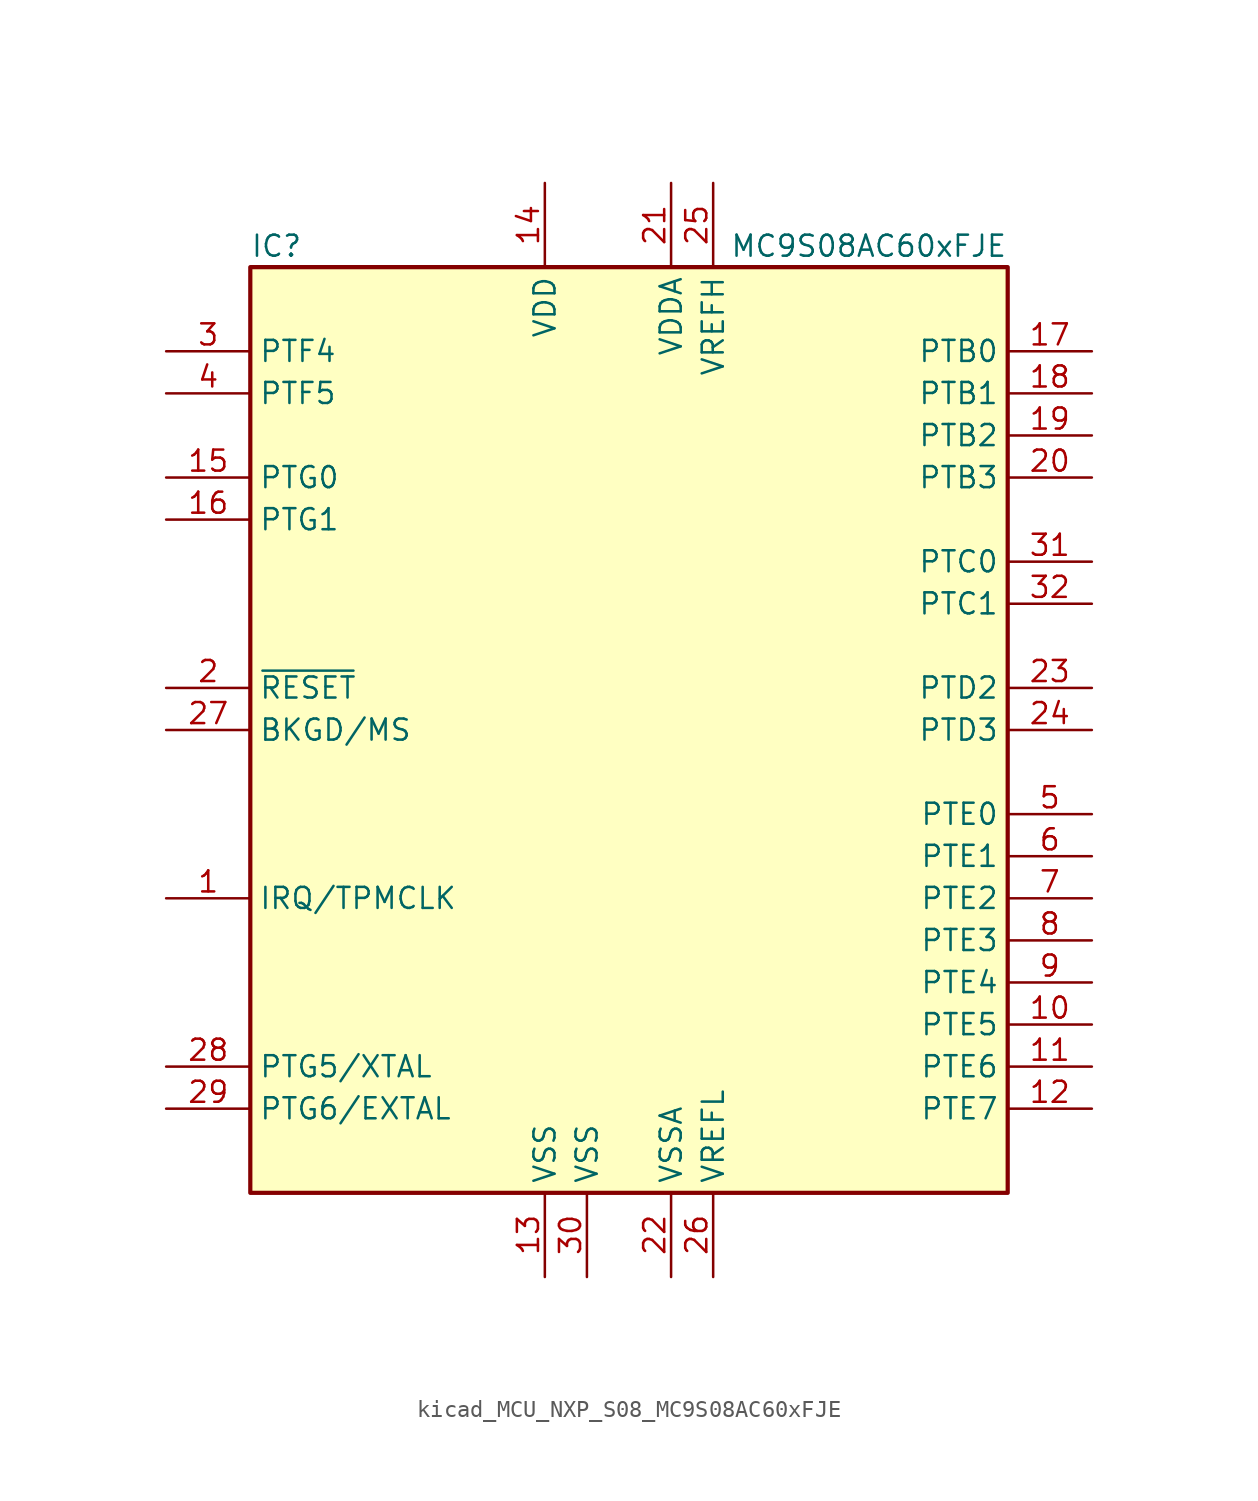
<source format=kicad_sym>
(kicad_symbol_lib
  (version 20220914)
  (generator kicad_symbol_editor)
  (symbol "kicad_MCU_NXP_S08_MC9S08AC60xFJE"
    (property "Reference" "IC"
      (at -22.86 29.21 0)
      (effects (font (size 1.27 1.27)) (justify left)))
    (property "Value" "MC9S08AC60xFJE"
      (at 22.86 29.21 0)
      (effects (font (size 1.27 1.27)) (justify right)))
    (symbol "kicad_MCU_NXP_S08_MC9S08AC60xFJE_0_1"
      (rectangle (start -22.86 27.94) (end 22.86 -27.94) (stroke (width 0.254) (type default)) (fill (type background))))
    (symbol "kicad_MCU_NXP_S08_MC9S08AC60xFJE_1_1"
      (pin input line (at -27.94 -10.16 0) (length 5.08) (name "IRQ/TPMCLK" (effects (font (size 1.27 1.27)))) (number "1" (effects (font (size 1.27 1.27)))))
      (pin bidirectional line (at 27.94 -17.78 180) (length 5.08) (name "PTE5" (effects (font (size 1.27 1.27)))) (number "10" (effects (font (size 1.27 1.27)))))
      (pin bidirectional line (at 27.94 -20.32 180) (length 5.08) (name "PTE6" (effects (font (size 1.27 1.27)))) (number "11" (effects (font (size 1.27 1.27)))))
      (pin bidirectional line (at 27.94 -22.86 180) (length 5.08) (name "PTE7" (effects (font (size 1.27 1.27)))) (number "12" (effects (font (size 1.27 1.27)))))
      (pin power_in line (at -5.08 -33.02 90) (length 5.08) (name "VSS" (effects (font (size 1.27 1.27)))) (number "13" (effects (font (size 1.27 1.27)))))
      (pin power_in line (at -5.08 33.02 270) (length 5.08) (name "VDD" (effects (font (size 1.27 1.27)))) (number "14" (effects (font (size 1.27 1.27)))))
      (pin bidirectional line (at -27.94 15.24 0) (length 5.08) (name "PTG0" (effects (font (size 1.27 1.27)))) (number "15" (effects (font (size 1.27 1.27)))))
      (pin bidirectional line (at -27.94 12.7 0) (length 5.08) (name "PTG1" (effects (font (size 1.27 1.27)))) (number "16" (effects (font (size 1.27 1.27)))))
      (pin bidirectional line (at 27.94 22.86 180) (length 5.08) (name "PTB0" (effects (font (size 1.27 1.27)))) (number "17" (effects (font (size 1.27 1.27)))))
      (pin bidirectional line (at 27.94 20.32 180) (length 5.08) (name "PTB1" (effects (font (size 1.27 1.27)))) (number "18" (effects (font (size 1.27 1.27)))))
      (pin bidirectional line (at 27.94 17.78 180) (length 5.08) (name "PTB2" (effects (font (size 1.27 1.27)))) (number "19" (effects (font (size 1.27 1.27)))))
      (pin input line (at -27.94 2.54 0) (length 5.08) (name "~{RESET}" (effects (font (size 1.27 1.27)))) (number "2" (effects (font (size 1.27 1.27)))))
      (pin bidirectional line (at 27.94 15.24 180) (length 5.08) (name "PTB3" (effects (font (size 1.27 1.27)))) (number "20" (effects (font (size 1.27 1.27)))))
      (pin power_in line (at 2.54 33.02 270) (length 5.08) (name "VDDA" (effects (font (size 1.27 1.27)))) (number "21" (effects (font (size 1.27 1.27)))))
      (pin power_in line (at 2.54 -33.02 90) (length 5.08) (name "VSSA" (effects (font (size 1.27 1.27)))) (number "22" (effects (font (size 1.27 1.27)))))
      (pin bidirectional line (at 27.94 2.54 180) (length 5.08) (name "PTD2" (effects (font (size 1.27 1.27)))) (number "23" (effects (font (size 1.27 1.27)))))
      (pin bidirectional line (at 27.94 0 180) (length 5.08) (name "PTD3" (effects (font (size 1.27 1.27)))) (number "24" (effects (font (size 1.27 1.27)))))
      (pin power_in line (at 5.08 33.02 270) (length 5.08) (name "VREFH" (effects (font (size 1.27 1.27)))) (number "25" (effects (font (size 1.27 1.27)))))
      (pin power_in line (at 5.08 -33.02 90) (length 5.08) (name "VREFL" (effects (font (size 1.27 1.27)))) (number "26" (effects (font (size 1.27 1.27)))))
      (pin bidirectional line (at -27.94 0 0) (length 5.08) (name "BKGD/MS" (effects (font (size 1.27 1.27)))) (number "27" (effects (font (size 1.27 1.27)))))
      (pin bidirectional line (at -27.94 -20.32 0) (length 5.08) (name "PTG5/XTAL" (effects (font (size 1.27 1.27)))) (number "28" (effects (font (size 1.27 1.27)))))
      (pin bidirectional line (at -27.94 -22.86 0) (length 5.08) (name "PTG6/EXTAL" (effects (font (size 1.27 1.27)))) (number "29" (effects (font (size 1.27 1.27)))))
      (pin bidirectional line (at -27.94 22.86 0) (length 5.08) (name "PTF4" (effects (font (size 1.27 1.27)))) (number "3" (effects (font (size 1.27 1.27)))))
      (pin power_in line (at -2.54 -33.02 90) (length 5.08) (name "VSS" (effects (font (size 1.27 1.27)))) (number "30" (effects (font (size 1.27 1.27)))))
      (pin bidirectional line (at 27.94 10.16 180) (length 5.08) (name "PTC0" (effects (font (size 1.27 1.27)))) (number "31" (effects (font (size 1.27 1.27)))))
      (pin bidirectional line (at 27.94 7.62 180) (length 5.08) (name "PTC1" (effects (font (size 1.27 1.27)))) (number "32" (effects (font (size 1.27 1.27)))))
      (pin bidirectional line (at -27.94 20.32 0) (length 5.08) (name "PTF5" (effects (font (size 1.27 1.27)))) (number "4" (effects (font (size 1.27 1.27)))))
      (pin bidirectional line (at 27.94 -5.08 180) (length 5.08) (name "PTE0" (effects (font (size 1.27 1.27)))) (number "5" (effects (font (size 1.27 1.27)))))
      (pin bidirectional line (at 27.94 -7.62 180) (length 5.08) (name "PTE1" (effects (font (size 1.27 1.27)))) (number "6" (effects (font (size 1.27 1.27)))))
      (pin bidirectional line (at 27.94 -10.16 180) (length 5.08) (name "PTE2" (effects (font (size 1.27 1.27)))) (number "7" (effects (font (size 1.27 1.27)))))
      (pin bidirectional line (at 27.94 -12.7 180) (length 5.08) (name "PTE3" (effects (font (size 1.27 1.27)))) (number "8" (effects (font (size 1.27 1.27)))))
      (pin bidirectional line (at 27.94 -15.24 180) (length 5.08) (name "PTE4" (effects (font (size 1.27 1.27)))) (number "9" (effects (font (size 1.27 1.27))))))))
</source>
